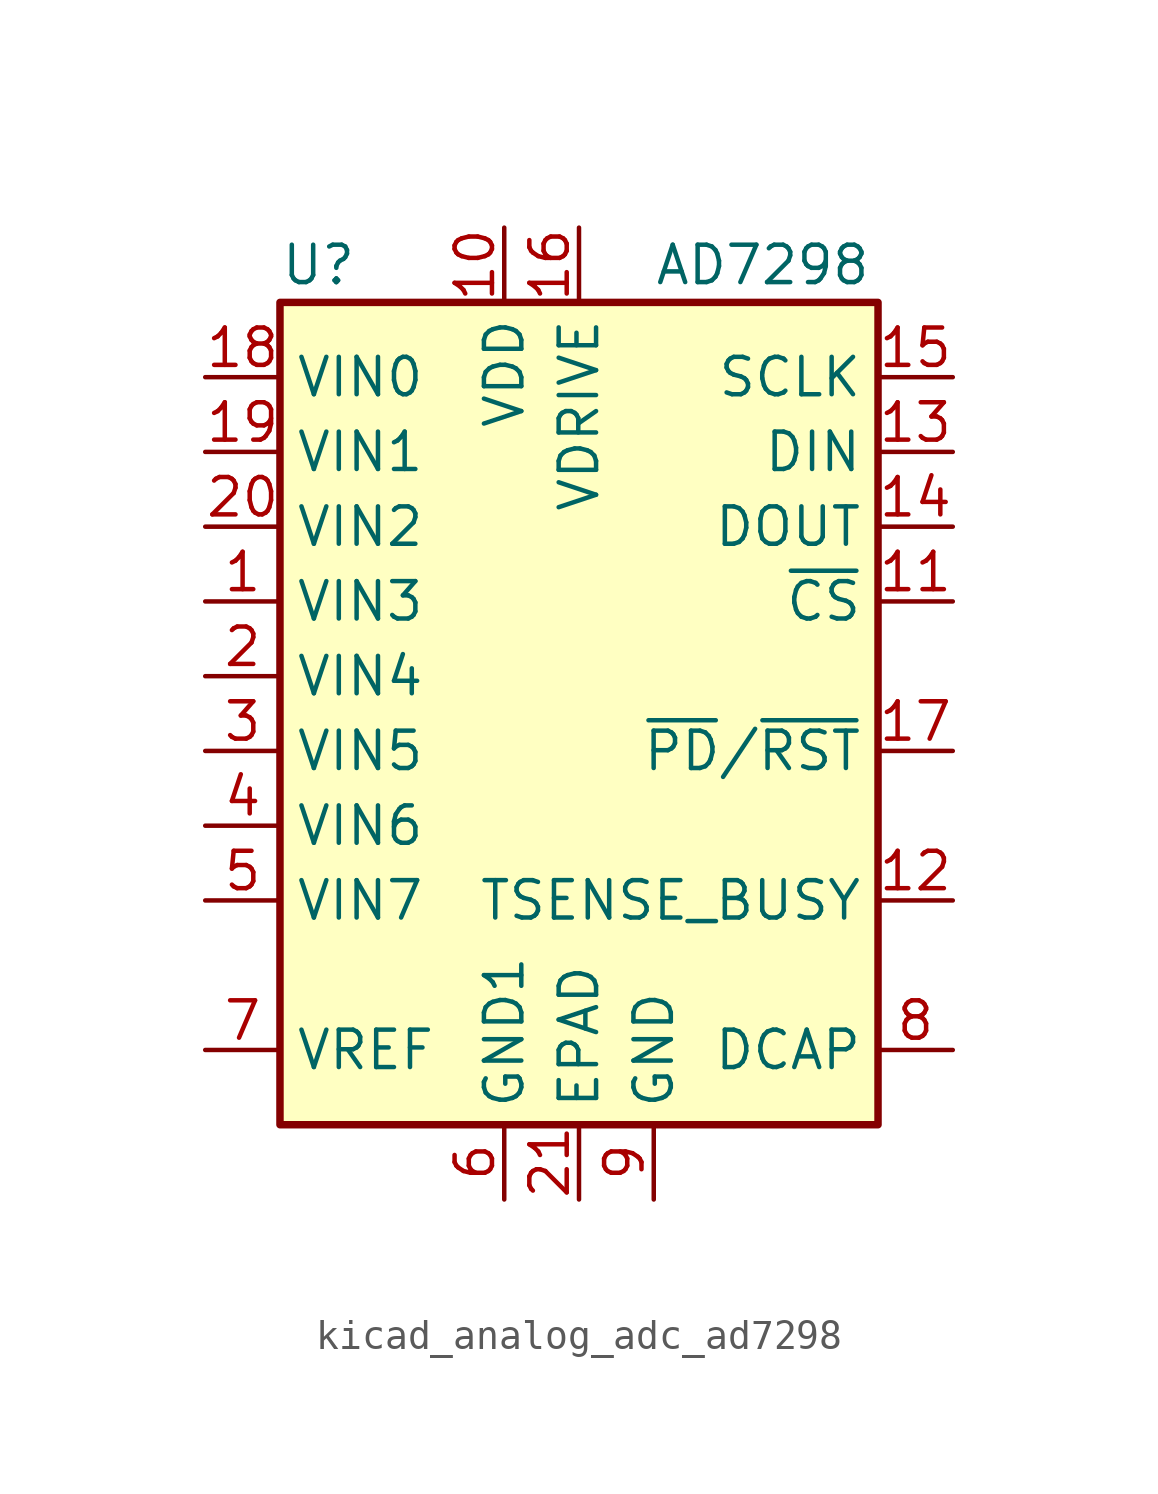
<source format=kicad_sym>
(kicad_symbol_lib
  (version 20220914)
  (generator kicad_symbol_editor)
  (symbol "kicad_analog_adc_ad7298"
    (property "Reference" "U"
      (at -10.16 13.97 0)
      (effects (font (size 1.27 1.27)) (justify left)))
    (property "Value" "AD7298"
      (at 2.54 13.97 0)
      (effects (font (size 1.27 1.27)) (justify left)))
    (symbol "kicad_analog_adc_ad7298_0_1"
      (rectangle (start -10.16 12.7) (end 10.16 -15.24) (stroke (width 0.254) (type default)) (fill (type background))))
    (symbol "kicad_analog_adc_ad7298_1_1"
      (pin input line (at -12.7 2.54 0) (length 2.54) (name "VIN3" (effects (font (size 1.27 1.27)))) (number "1" (effects (font (size 1.27 1.27)))))
      (pin power_in line (at -2.54 15.24 270) (length 2.54) (name "VDD" (effects (font (size 1.27 1.27)))) (number "10" (effects (font (size 1.27 1.27)))))
      (pin input line (at 12.7 2.54 180) (length 2.54) (name "~{CS}" (effects (font (size 1.27 1.27)))) (number "11" (effects (font (size 1.27 1.27)))))
      (pin output line (at 12.7 -7.62 180) (length 2.54) (name "TSENSE_BUSY" (effects (font (size 1.27 1.27)))) (number "12" (effects (font (size 1.27 1.27)))))
      (pin input line (at 12.7 7.62 180) (length 2.54) (name "DIN" (effects (font (size 1.27 1.27)))) (number "13" (effects (font (size 1.27 1.27)))))
      (pin output line (at 12.7 5.08 180) (length 2.54) (name "DOUT" (effects (font (size 1.27 1.27)))) (number "14" (effects (font (size 1.27 1.27)))))
      (pin input line (at 12.7 10.16 180) (length 2.54) (name "SCLK" (effects (font (size 1.27 1.27)))) (number "15" (effects (font (size 1.27 1.27)))))
      (pin power_in line (at 0 15.24 270) (length 2.54) (name "VDRIVE" (effects (font (size 1.27 1.27)))) (number "16" (effects (font (size 1.27 1.27)))))
      (pin input line (at 12.7 -2.54 180) (length 2.54) (name "~{PD}/~{RST}" (effects (font (size 1.27 1.27)))) (number "17" (effects (font (size 1.27 1.27)))))
      (pin input line (at -12.7 10.16 0) (length 2.54) (name "VIN0" (effects (font (size 1.27 1.27)))) (number "18" (effects (font (size 1.27 1.27)))))
      (pin input line (at -12.7 7.62 0) (length 2.54) (name "VIN1" (effects (font (size 1.27 1.27)))) (number "19" (effects (font (size 1.27 1.27)))))
      (pin input line (at -12.7 0 0) (length 2.54) (name "VIN4" (effects (font (size 1.27 1.27)))) (number "2" (effects (font (size 1.27 1.27)))))
      (pin input line (at -12.7 5.08 0) (length 2.54) (name "VIN2" (effects (font (size 1.27 1.27)))) (number "20" (effects (font (size 1.27 1.27)))))
      (pin power_in line (at 0 -17.78 90) (length 2.54) (name "EPAD" (effects (font (size 1.27 1.27)))) (number "21" (effects (font (size 1.27 1.27)))))
      (pin input line (at -12.7 -2.54 0) (length 2.54) (name "VIN5" (effects (font (size 1.27 1.27)))) (number "3" (effects (font (size 1.27 1.27)))))
      (pin input line (at -12.7 -5.08 0) (length 2.54) (name "VIN6" (effects (font (size 1.27 1.27)))) (number "4" (effects (font (size 1.27 1.27)))))
      (pin input line (at -12.7 -7.62 0) (length 2.54) (name "VIN7" (effects (font (size 1.27 1.27)))) (number "5" (effects (font (size 1.27 1.27)))))
      (pin power_in line (at -2.54 -17.78 90) (length 2.54) (name "GND1" (effects (font (size 1.27 1.27)))) (number "6" (effects (font (size 1.27 1.27)))))
      (pin passive line (at -12.7 -12.7 0) (length 2.54) (name "VREF" (effects (font (size 1.27 1.27)))) (number "7" (effects (font (size 1.27 1.27)))))
      (pin passive line (at 12.7 -12.7 180) (length 2.54) (name "DCAP" (effects (font (size 1.27 1.27)))) (number "8" (effects (font (size 1.27 1.27)))))
      (pin power_in line (at 2.54 -17.78 90) (length 2.54) (name "GND" (effects (font (size 1.27 1.27)))) (number "9" (effects (font (size 1.27 1.27))))))))
</source>
